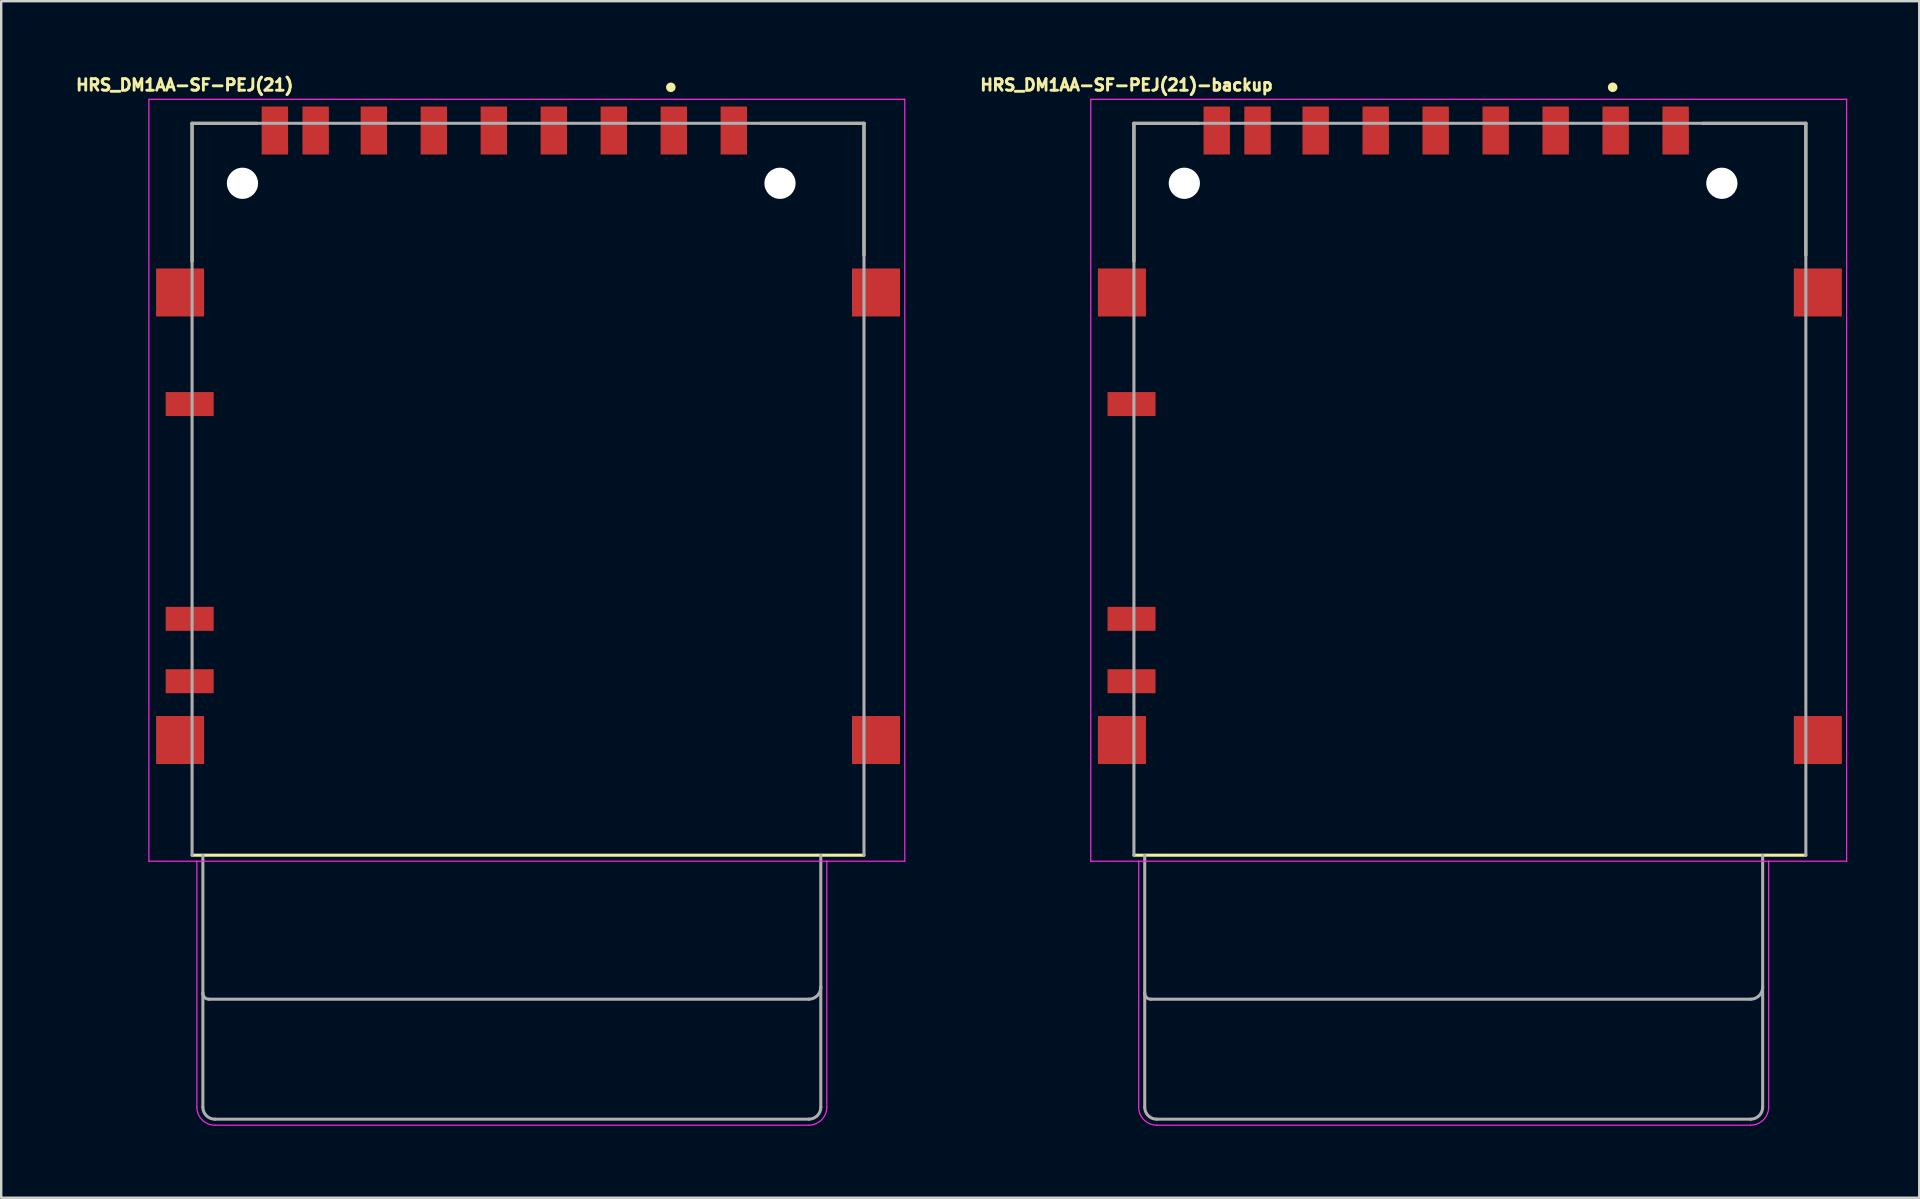
<source format=kicad_pcb>
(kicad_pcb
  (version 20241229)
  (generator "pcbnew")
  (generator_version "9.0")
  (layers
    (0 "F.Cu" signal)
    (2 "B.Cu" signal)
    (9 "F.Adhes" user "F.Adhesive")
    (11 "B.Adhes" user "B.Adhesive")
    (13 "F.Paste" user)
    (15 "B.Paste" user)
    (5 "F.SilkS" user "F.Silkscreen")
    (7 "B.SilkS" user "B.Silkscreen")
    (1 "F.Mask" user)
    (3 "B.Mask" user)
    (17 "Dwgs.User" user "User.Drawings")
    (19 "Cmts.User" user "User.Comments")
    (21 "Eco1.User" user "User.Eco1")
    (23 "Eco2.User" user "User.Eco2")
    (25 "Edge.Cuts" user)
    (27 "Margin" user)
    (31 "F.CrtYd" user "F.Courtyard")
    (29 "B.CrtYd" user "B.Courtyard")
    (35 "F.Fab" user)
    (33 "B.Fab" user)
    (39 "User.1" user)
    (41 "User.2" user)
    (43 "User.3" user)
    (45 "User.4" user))
  (footprint "HRS_DM1AA-SF-PEJ(21)-backup"
    (layer "F.Cu")
    (at 57.403 17.338)
    (property "Reference" "HRS_DM1AA-SF-PEJ(21)-backup" (at -13.508 -16.845 0) (layer "F.SilkS") (effects (font (size 0.481 0.481) (thickness 0.15))))
    (attr through_hole)
    (fp_line (start -13.2 -15.25) (end -10.5 -15.25) (stroke (width 0.127) (type solid)) (layer "F.SilkS"))
    (fp_line (start -13.2 -9.5) (end -13.2 -15.25) (stroke (width 0.127) (type solid)) (layer "F.SilkS"))
    (fp_line (start 10.5 -15.25) (end 14.8 -15.25) (stroke (width 0.127) (type solid)) (layer "F.SilkS"))
    (fp_line (start 14.8 -15.25) (end 14.8 -9.75) (stroke (width 0.127) (type solid)) (layer "F.SilkS"))
    (fp_line (start 14.8 15.25) (end -13.2 15.25) (stroke (width 0.127) (type solid)) (layer "F.SilkS"))
    (fp_circle (center 6.75 -16.75) (end 6.85 -16.75) (stroke (width 0.2) (type solid)) (fill no) (layer "F.SilkS"))
    (fp_line (start -15 -16.25) (end 16.5 -16.25) (stroke (width 0.05) (type solid)) (layer "F.CrtYd"))
    (fp_line (start -15 15.5) (end -15 -16.25) (stroke (width 0.05) (type solid)) (layer "F.CrtYd"))
    (fp_line (start -13 15.5) (end -15 15.5) (stroke (width 0.05) (type solid)) (layer "F.CrtYd"))
    (fp_line (start -13 15.5) (end -13 25.75) (stroke (width 0.05) (type solid)) (layer "F.CrtYd"))
    (fp_line (start -12.25 26.5) (end 12.5 26.5) (stroke (width 0.05) (type solid)) (layer "F.CrtYd"))
    (fp_line (start 13.25 15.5) (end -13 15.5) (stroke (width 0.05) (type solid)) (layer "F.CrtYd"))
    (fp_line (start 13.25 25.75) (end 13.25 15.5) (stroke (width 0.05) (type solid)) (layer "F.CrtYd"))
    (fp_line (start 16.5 -16.25) (end 16.5 15.5) (stroke (width 0.05) (type solid)) (layer "F.CrtYd"))
    (fp_line (start 16.5 15.5) (end 13.25 15.5) (stroke (width 0.05) (type solid)) (layer "F.CrtYd"))
    (fp_arc (start -12.25 26.5) (mid -12.78033 26.28033) (end -13 25.75) (stroke (width 0.05) (type solid)) (layer "F.CrtYd"))
    (fp_arc (start 13.25 25.75) (mid 13.03033 26.28033) (end 12.5 26.5) (stroke (width 0.05) (type solid)) (layer "F.CrtYd"))
    (fp_line (start -13.2 -15.25) (end 14.8 -15.25) (stroke (width 0.127) (type solid)) (layer "F.Fab"))
    (fp_line (start -13.2 15.25) (end -13.2 -15.25) (stroke (width 0.127) (type solid)) (layer "F.Fab"))
    (fp_line (start -12.75 15.25) (end -12.75 21) (stroke (width 0.127) (type solid)) (layer "F.Fab"))
    (fp_line (start -12.75 25.75) (end -12.75 21) (stroke (width 0.127) (type solid)) (layer "F.Fab"))
    (fp_line (start -12.5 21.25) (end 12.5 21.25) (stroke (width 0.127) (type solid)) (layer "F.Fab"))
    (fp_line (start 12.5 26.25) (end -12.25 26.25) (stroke (width 0.127) (type solid)) (layer "F.Fab"))
    (fp_line (start 13 20.75) (end 13 15.25) (stroke (width 0.127) (type solid)) (layer "F.Fab"))
    (fp_line (start 13 20.75) (end 13 25.75) (stroke (width 0.127) (type solid)) (layer "F.Fab"))
    (fp_line (start 14.8 -15.25) (end 14.8 15.25) (stroke (width 0.127) (type solid)) (layer "F.Fab"))
    (fp_arc (start -12.5 21.25) (mid -12.676777 21.176777) (end -12.75 21) (stroke (width 0.127) (type solid)) (layer "F.Fab"))
    (fp_arc (start -12.25 26.25) (mid -12.603553 26.103553) (end -12.75 25.75) (stroke (width 0.127) (type solid)) (layer "F.Fab"))
    (fp_arc (start 13 20.75) (mid 12.853553 21.103553) (end 12.5 21.25) (stroke (width 0.127) (type solid)) (layer "F.Fab"))
    (fp_arc (start 13 25.75) (mid 12.853553 26.103553) (end 12.5 26.25) (stroke (width 0.127) (type solid)) (layer "F.Fab"))
    (pad "" np_thru_hole circle (at -11.1 -12.75) (size 1.3 1.3) (drill 1.3) (layers "*.Cu" "*.Mask"))
    (pad "" np_thru_hole circle (at 11.3 -12.75) (size 1.3 1.3) (drill 1.3) (layers "*.Cu" "*.Mask"))
    (pad "1" smd rect (at 6.875 -14.95) (size 1.1 2) (layers "F.Cu" "F.Mask" "F.Paste"))
    (pad "2" smd rect (at 4.375 -14.95) (size 1.1 2) (layers "F.Cu" "F.Mask" "F.Paste"))
    (pad "3" smd rect (at 1.875 -14.95) (size 1.1 2) (layers "F.Cu" "F.Mask" "F.Paste"))
    (pad "4" smd rect (at -0.625 -14.95) (size 1.1 2) (layers "F.Cu" "F.Mask" "F.Paste"))
    (pad "5" smd rect (at -3.125 -14.95) (size 1.1 2) (layers "F.Cu" "F.Mask" "F.Paste"))
    (pad "6" smd rect (at -5.625 -14.95) (size 1.1 2) (layers "F.Cu" "F.Mask" "F.Paste"))
    (pad "7" smd rect (at -8.05 -14.95) (size 1.1 2) (layers "F.Cu" "F.Mask" "F.Paste"))
    (pad "8" smd rect (at -9.75 -14.95) (size 1.1 2) (layers "F.Cu" "F.Mask" "F.Paste"))
    (pad "9" smd rect (at 9.375 -14.95) (size 1.1 2) (layers "F.Cu" "F.Mask" "F.Paste"))
    (pad "10" smd rect (at -13.3 -3.55) (size 2 1) (layers "F.Cu" "F.Mask" "F.Paste"))
    (pad "11" smd rect (at -13.3 5.4) (size 2 1) (layers "F.Cu" "F.Mask" "F.Paste"))
    (pad "12" smd rect (at -13.3 8) (size 2 1) (layers "F.Cu" "F.Mask" "F.Paste"))
    (pad "13" smd rect (at -13.7 -8.2) (size 2 2) (layers "F.Cu" "F.Mask" "F.Paste"))
    (pad "14" smd rect (at -13.7 10.45) (size 2 2) (layers "F.Cu" "F.Mask" "F.Paste"))
    (pad "15" smd rect (at 15.3 10.45) (size 2 2) (layers "F.Cu" "F.Mask" "F.Paste"))
    (pad "16" smd rect (at 15.3 -8.2) (size 2 2) (layers "F.Cu" "F.Mask" "F.Paste")))
  (footprint "HRS_DM1AA-SF-PEJ(21)"
    (layer "F.Cu")
    (at 18.154 17.338)
    (property "Reference" "HRS_DM1AA-SF-PEJ(21)" (at -13.508 -16.845 0) (layer "F.SilkS") (effects (font (size 0.481 0.481) (thickness 0.15))))
    (attr through_hole)
    (fp_line (start -13.2 -15.25) (end -10.5 -15.25) (stroke (width 0.127) (type solid)) (layer "F.SilkS"))
    (fp_line (start -13.2 -9.5) (end -13.2 -15.25) (stroke (width 0.127) (type solid)) (layer "F.SilkS"))
    (fp_line (start 10.5 -15.25) (end 14.8 -15.25) (stroke (width 0.127) (type solid)) (layer "F.SilkS"))
    (fp_line (start 14.8 -15.25) (end 14.8 -9.75) (stroke (width 0.127) (type solid)) (layer "F.SilkS"))
    (fp_line (start 14.8 15.25) (end -13.2 15.25) (stroke (width 0.127) (type solid)) (layer "F.SilkS"))
    (fp_circle (center 6.75 -16.75) (end 6.85 -16.75) (stroke (width 0.2) (type solid)) (fill no) (layer "F.SilkS"))
    (fp_line (start -15 -16.25) (end 16.5 -16.25) (stroke (width 0.05) (type solid)) (layer "F.CrtYd"))
    (fp_line (start -15 15.5) (end -15 -16.25) (stroke (width 0.05) (type solid)) (layer "F.CrtYd"))
    (fp_line (start -13 15.5) (end -15 15.5) (stroke (width 0.05) (type solid)) (layer "F.CrtYd"))
    (fp_line (start -13 15.5) (end -13 25.75) (stroke (width 0.05) (type solid)) (layer "F.CrtYd"))
    (fp_line (start -12.25 26.5) (end 12.5 26.5) (stroke (width 0.05) (type solid)) (layer "F.CrtYd"))
    (fp_line (start 13.25 15.5) (end -13 15.5) (stroke (width 0.05) (type solid)) (layer "F.CrtYd"))
    (fp_line (start 13.25 25.75) (end 13.25 15.5) (stroke (width 0.05) (type solid)) (layer "F.CrtYd"))
    (fp_line (start 16.5 -16.25) (end 16.5 15.5) (stroke (width 0.05) (type solid)) (layer "F.CrtYd"))
    (fp_line (start 16.5 15.5) (end 13.25 15.5) (stroke (width 0.05) (type solid)) (layer "F.CrtYd"))
    (fp_arc (start -12.25 26.5) (mid -12.78033 26.28033) (end -13 25.75) (stroke (width 0.05) (type solid)) (layer "F.CrtYd"))
    (fp_arc (start 13.25 25.75) (mid 13.03033 26.28033) (end 12.5 26.5) (stroke (width 0.05) (type solid)) (layer "F.CrtYd"))
    (fp_line (start -13.2 -15.25) (end 14.8 -15.25) (stroke (width 0.127) (type solid)) (layer "F.Fab"))
    (fp_line (start -13.2 15.25) (end -13.2 -15.25) (stroke (width 0.127) (type solid)) (layer "F.Fab"))
    (fp_line (start -12.75 15.25) (end -12.75 21) (stroke (width 0.127) (type solid)) (layer "F.Fab"))
    (fp_line (start -12.75 25.75) (end -12.75 21) (stroke (width 0.127) (type solid)) (layer "F.Fab"))
    (fp_line (start -12.5 21.25) (end 12.5 21.25) (stroke (width 0.127) (type solid)) (layer "F.Fab"))
    (fp_line (start 12.5 26.25) (end -12.25 26.25) (stroke (width 0.127) (type solid)) (layer "F.Fab"))
    (fp_line (start 13 20.75) (end 13 15.25) (stroke (width 0.127) (type solid)) (layer "F.Fab"))
    (fp_line (start 13 20.75) (end 13 25.75) (stroke (width 0.127) (type solid)) (layer "F.Fab"))
    (fp_line (start 14.8 -15.25) (end 14.8 15.25) (stroke (width 0.127) (type solid)) (layer "F.Fab"))
    (fp_arc (start -12.5 21.25) (mid -12.676777 21.176777) (end -12.75 21) (stroke (width 0.127) (type solid)) (layer "F.Fab"))
    (fp_arc (start -12.25 26.25) (mid -12.603553 26.103553) (end -12.75 25.75) (stroke (width 0.127) (type solid)) (layer "F.Fab"))
    (fp_arc (start 13 20.75) (mid 12.853553 21.103553) (end 12.5 21.25) (stroke (width 0.127) (type solid)) (layer "F.Fab"))
    (fp_arc (start 13 25.75) (mid 12.853553 26.103553) (end 12.5 26.25) (stroke (width 0.127) (type solid)) (layer "F.Fab"))
    (pad "" np_thru_hole circle (at -11.1 -12.75) (size 1.3 1.3) (drill 1.3) (layers "*.Cu" "*.Mask"))
    (pad "" np_thru_hole circle (at 11.3 -12.75) (size 1.3 1.3) (drill 1.3) (layers "*.Cu" "*.Mask"))
    (pad "1" smd rect (at 6.875 -14.95) (size 1.1 2) (layers "F.Cu" "F.Mask" "F.Paste"))
    (pad "2" smd rect (at 4.375 -14.95) (size 1.1 2) (layers "F.Cu" "F.Mask" "F.Paste"))
    (pad "3" smd rect (at 1.875 -14.95) (size 1.1 2) (layers "F.Cu" "F.Mask" "F.Paste"))
    (pad "4" smd rect (at -0.625 -14.95) (size 1.1 2) (layers "F.Cu" "F.Mask" "F.Paste"))
    (pad "5" smd rect (at -3.125 -14.95) (size 1.1 2) (layers "F.Cu" "F.Mask" "F.Paste"))
    (pad "6" smd rect (at -5.625 -14.95) (size 1.1 2) (layers "F.Cu" "F.Mask" "F.Paste"))
    (pad "7" smd rect (at -8.05 -14.95) (size 1.1 2) (layers "F.Cu" "F.Mask" "F.Paste"))
    (pad "8" smd rect (at -9.75 -14.95) (size 1.1 2) (layers "F.Cu" "F.Mask" "F.Paste"))
    (pad "9" smd rect (at 9.375 -14.95) (size 1.1 2) (layers "F.Cu" "F.Mask" "F.Paste"))
    (pad "10" smd rect (at -13.3 -3.55) (size 2 1) (layers "F.Cu" "F.Mask" "F.Paste"))
    (pad "11" smd rect (at -13.3 5.4) (size 2 1) (layers "F.Cu" "F.Mask" "F.Paste"))
    (pad "12" smd rect (at -13.3 8) (size 2 1) (layers "F.Cu" "F.Mask" "F.Paste"))
    (pad "13" smd rect (at -13.7 -8.2) (size 2 2) (layers "F.Cu" "F.Mask" "F.Paste"))
    (pad "14" smd rect (at -13.7 10.45) (size 2 2) (layers "F.Cu" "F.Mask" "F.Paste"))
    (pad "15" smd rect (at 15.3 10.45) (size 2 2) (layers "F.Cu" "F.Mask" "F.Paste"))
    (pad "16" smd rect (at 15.3 -8.2) (size 2 2) (layers "F.Cu" "F.Mask" "F.Paste")))
  (gr_rect
    (start -3 -3)
    (end 76.928 46.863)
    (stroke (width 0.1) (type default))
    (fill no)
    (layer "Edge.Cuts")))
</source>
